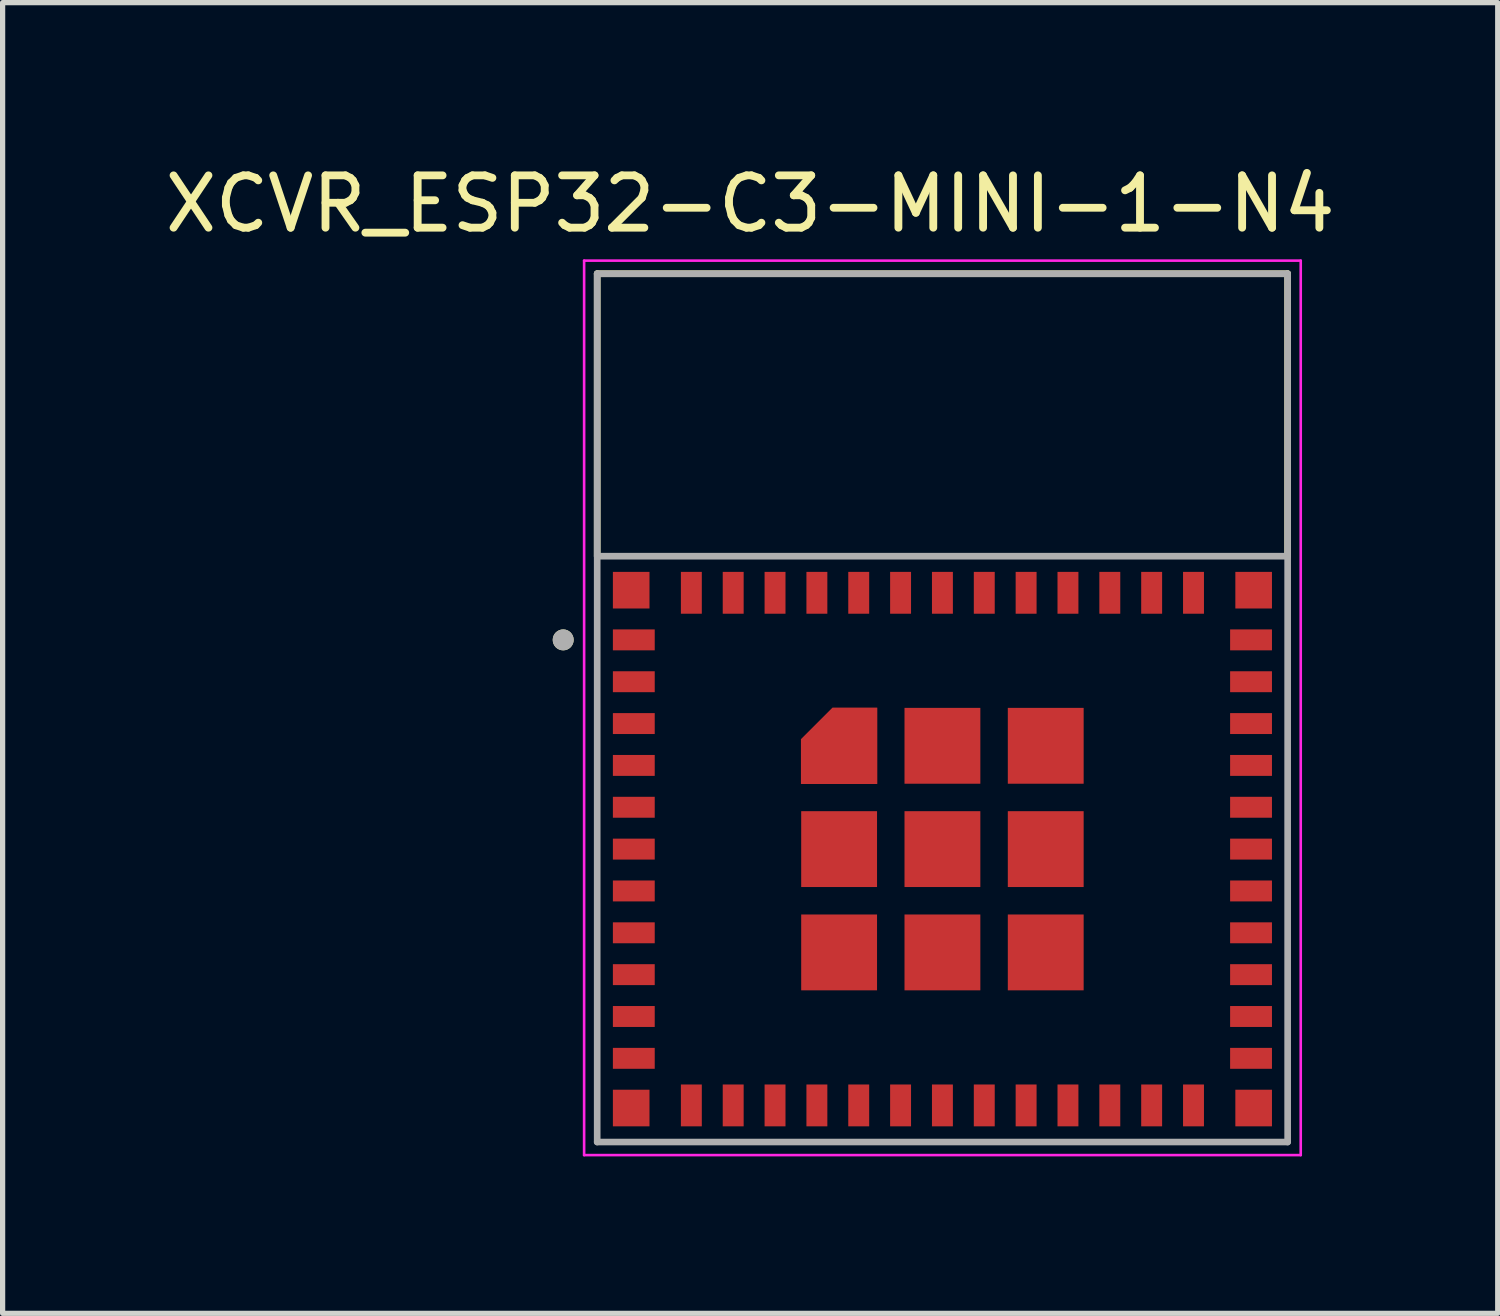
<source format=kicad_pcb>
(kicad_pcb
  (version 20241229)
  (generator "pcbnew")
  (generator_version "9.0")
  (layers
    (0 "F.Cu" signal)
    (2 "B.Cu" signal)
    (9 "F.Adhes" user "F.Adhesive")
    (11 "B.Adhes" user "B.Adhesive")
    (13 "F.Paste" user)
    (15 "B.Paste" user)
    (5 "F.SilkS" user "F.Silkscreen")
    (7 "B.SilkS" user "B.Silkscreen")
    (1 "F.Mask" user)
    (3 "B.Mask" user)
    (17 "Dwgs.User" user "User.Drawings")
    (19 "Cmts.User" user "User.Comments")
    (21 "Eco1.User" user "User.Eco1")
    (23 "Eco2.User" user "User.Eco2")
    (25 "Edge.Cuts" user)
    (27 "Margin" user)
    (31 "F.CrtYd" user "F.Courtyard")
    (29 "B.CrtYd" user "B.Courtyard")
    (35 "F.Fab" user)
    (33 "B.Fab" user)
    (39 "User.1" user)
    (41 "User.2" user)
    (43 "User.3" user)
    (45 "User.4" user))
  (footprint "XCVR_ESP32-C3-MINI-1-N4"
    (layer "F.Cu")
    (at 14.967 10.483)
    (property "Reference" "XCVR_ESP32-C3-MINI-1-N4" (at -3.675 -9.635 0) (layer "F.SilkS") (effects (font (size 1 1) (thickness 0.15))))
    (attr smd)
    (fp_poly (pts (xy -1.15 1.55) (xy -2.8 1.55) (xy -2.8 0.56) (xy -2.14 -0.1) (xy -1.15 -0.1)) (stroke (width 0.01) (type solid)) (fill yes) (layer "F.Mask"))
    (fp_line (start -6.6 -8.3) (end 6.6 -8.3) (stroke (width 0.127) (type solid)) (layer "F.SilkS"))
    (fp_line (start -6.6 -2.92) (end -6.6 -8.3) (stroke (width 0.127) (type solid)) (layer "F.SilkS"))
    (fp_line (start 6.6 -8.3) (end 6.6 -2.92) (stroke (width 0.127) (type solid)) (layer "F.SilkS"))
    (fp_circle (center -7.25 -1.3) (end -7.15 -1.3) (stroke (width 0.2) (type solid)) (fill no) (layer "F.SilkS"))
    (fp_poly (pts (xy -1.25 1.45) (xy -2.7 1.45) (xy -2.7 0.6) (xy -2.1 0) (xy -1.25 0)) (stroke (width 0.01) (type solid)) (fill yes) (layer "F.Paste"))
    (fp_line (start -6.85 -8.55) (end -6.85 8.55) (stroke (width 0.05) (type solid)) (layer "F.CrtYd"))
    (fp_line (start -6.85 8.55) (end 6.85 8.55) (stroke (width 0.05) (type solid)) (layer "F.CrtYd"))
    (fp_line (start 6.85 -8.55) (end -6.85 -8.55) (stroke (width 0.05) (type solid)) (layer "F.CrtYd"))
    (fp_line (start 6.85 8.55) (end 6.85 -8.55) (stroke (width 0.05) (type solid)) (layer "F.CrtYd"))
    (fp_line (start -6.6 -8.3) (end 6.6 -8.3) (stroke (width 0.127) (type solid)) (layer "F.Fab"))
    (fp_line (start -6.6 -2.9) (end -6.6 -8.3) (stroke (width 0.127) (type solid)) (layer "F.Fab"))
    (fp_line (start -6.6 -2.9) (end 6.6 -2.9) (stroke (width 0.127) (type solid)) (layer "F.Fab"))
    (fp_line (start -6.6 8.3) (end -6.6 -2.9) (stroke (width 0.127) (type solid)) (layer "F.Fab"))
    (fp_line (start 6.6 -8.3) (end 6.6 -2.9) (stroke (width 0.127) (type solid)) (layer "F.Fab"))
    (fp_line (start 6.6 -2.9) (end 6.6 8.3) (stroke (width 0.127) (type solid)) (layer "F.Fab"))
    (fp_line (start 6.6 8.3) (end -6.6 8.3) (stroke (width 0.127) (type solid)) (layer "F.Fab"))
    (fp_circle (center -7.25 -1.3) (end -7.15 -1.3) (stroke (width 0.2) (type solid)) (fill no) (layer "F.Fab"))
    (pad "1" smd rect (at -5.9 -1.3) (size 0.8 0.4) (layers "F.Cu" "F.Mask" "F.Paste"))
    (pad "2" smd rect (at -5.9 -0.5) (size 0.8 0.4) (layers "F.Cu" "F.Mask" "F.Paste"))
    (pad "3" smd rect (at -5.9 0.3) (size 0.8 0.4) (layers "F.Cu" "F.Mask" "F.Paste"))
    (pad "4" smd rect (at -5.9 1.1) (size 0.8 0.4) (layers "F.Cu" "F.Mask" "F.Paste"))
    (pad "5" smd rect (at -5.9 1.9) (size 0.8 0.4) (layers "F.Cu" "F.Mask" "F.Paste"))
    (pad "6" smd rect (at -5.9 2.7) (size 0.8 0.4) (layers "F.Cu" "F.Mask" "F.Paste"))
    (pad "7" smd rect (at -5.9 3.5) (size 0.8 0.4) (layers "F.Cu" "F.Mask" "F.Paste"))
    (pad "8" smd rect (at -5.9 4.3) (size 0.8 0.4) (layers "F.Cu" "F.Mask" "F.Paste"))
    (pad "9" smd rect (at -5.9 5.1) (size 0.8 0.4) (layers "F.Cu" "F.Mask" "F.Paste"))
    (pad "10" smd rect (at -5.9 5.9) (size 0.8 0.4) (layers "F.Cu" "F.Mask" "F.Paste"))
    (pad "11" smd rect (at -5.9 6.7) (size 0.8 0.4) (layers "F.Cu" "F.Mask" "F.Paste"))
    (pad "12" smd rect (at -4.8 7.6) (size 0.4 0.8) (layers "F.Cu" "F.Mask" "F.Paste"))
    (pad "13" smd rect (at -4 7.6) (size 0.4 0.8) (layers "F.Cu" "F.Mask" "F.Paste"))
    (pad "14" smd rect (at -3.2 7.6) (size 0.4 0.8) (layers "F.Cu" "F.Mask" "F.Paste"))
    (pad "15" smd rect (at -2.4 7.6) (size 0.4 0.8) (layers "F.Cu" "F.Mask" "F.Paste"))
    (pad "16" smd rect (at -1.6 7.6) (size 0.4 0.8) (layers "F.Cu" "F.Mask" "F.Paste"))
    (pad "17" smd rect (at -0.8 7.6) (size 0.4 0.8) (layers "F.Cu" "F.Mask" "F.Paste"))
    (pad "18" smd rect (at 0 7.6) (size 0.4 0.8) (layers "F.Cu" "F.Mask" "F.Paste"))
    (pad "19" smd rect (at 0.8 7.6) (size 0.4 0.8) (layers "F.Cu" "F.Mask" "F.Paste"))
    (pad "20" smd rect (at 1.6 7.6) (size 0.4 0.8) (layers "F.Cu" "F.Mask" "F.Paste"))
    (pad "21" smd rect (at 2.4 7.6) (size 0.4 0.8) (layers "F.Cu" "F.Mask" "F.Paste"))
    (pad "22" smd rect (at 3.2 7.6) (size 0.4 0.8) (layers "F.Cu" "F.Mask" "F.Paste"))
    (pad "23" smd rect (at 4 7.6) (size 0.4 0.8) (layers "F.Cu" "F.Mask" "F.Paste"))
    (pad "24" smd rect (at 4.8 7.6) (size 0.4 0.8) (layers "F.Cu" "F.Mask" "F.Paste"))
    (pad "25" smd rect (at 5.9 6.7) (size 0.8 0.4) (layers "F.Cu" "F.Mask" "F.Paste"))
    (pad "26" smd rect (at 5.9 5.9) (size 0.8 0.4) (layers "F.Cu" "F.Mask" "F.Paste"))
    (pad "27" smd rect (at 5.9 5.1) (size 0.8 0.4) (layers "F.Cu" "F.Mask" "F.Paste"))
    (pad "28" smd rect (at 5.9 4.3) (size 0.8 0.4) (layers "F.Cu" "F.Mask" "F.Paste"))
    (pad "29" smd rect (at 5.9 3.5) (size 0.8 0.4) (layers "F.Cu" "F.Mask" "F.Paste"))
    (pad "30" smd rect (at 5.9 2.7) (size 0.8 0.4) (layers "F.Cu" "F.Mask" "F.Paste"))
    (pad "31" smd rect (at 5.9 1.9) (size 0.8 0.4) (layers "F.Cu" "F.Mask" "F.Paste"))
    (pad "32" smd rect (at 5.9 1.1) (size 0.8 0.4) (layers "F.Cu" "F.Mask" "F.Paste"))
    (pad "33" smd rect (at 5.9 0.3) (size 0.8 0.4) (layers "F.Cu" "F.Mask" "F.Paste"))
    (pad "34" smd rect (at 5.9 -0.5) (size 0.8 0.4) (layers "F.Cu" "F.Mask" "F.Paste"))
    (pad "35" smd rect (at 5.9 -1.3) (size 0.8 0.4) (layers "F.Cu" "F.Mask" "F.Paste"))
    (pad "36" smd rect (at 4.8 -2.2) (size 0.4 0.8) (layers "F.Cu" "F.Mask" "F.Paste"))
    (pad "37" smd rect (at 4 -2.2) (size 0.4 0.8) (layers "F.Cu" "F.Mask" "F.Paste"))
    (pad "38" smd rect (at 3.2 -2.2) (size 0.4 0.8) (layers "F.Cu" "F.Mask" "F.Paste"))
    (pad "39" smd rect (at 2.4 -2.2) (size 0.4 0.8) (layers "F.Cu" "F.Mask" "F.Paste"))
    (pad "40" smd rect (at 1.6 -2.2) (size 0.4 0.8) (layers "F.Cu" "F.Mask" "F.Paste"))
    (pad "41" smd rect (at 0.8 -2.2) (size 0.4 0.8) (layers "F.Cu" "F.Mask" "F.Paste"))
    (pad "42" smd rect (at 0 -2.2) (size 0.4 0.8) (layers "F.Cu" "F.Mask" "F.Paste"))
    (pad "43" smd rect (at -0.8 -2.2) (size 0.4 0.8) (layers "F.Cu" "F.Mask" "F.Paste"))
    (pad "44" smd rect (at -1.6 -2.2) (size 0.4 0.8) (layers "F.Cu" "F.Mask" "F.Paste"))
    (pad "45" smd rect (at -2.4 -2.2) (size 0.4 0.8) (layers "F.Cu" "F.Mask" "F.Paste"))
    (pad "46" smd rect (at -3.2 -2.2) (size 0.4 0.8) (layers "F.Cu" "F.Mask" "F.Paste"))
    (pad "47" smd rect (at -4 -2.2) (size 0.4 0.8) (layers "F.Cu" "F.Mask" "F.Paste"))
    (pad "48" smd rect (at -4.8 -2.2) (size 0.4 0.8) (layers "F.Cu" "F.Mask" "F.Paste"))
    (pad "49_1" smd custom (at -1.975 0.725) (size 0.6 0.6) (layers "F.Cu") (options (anchor rect)) (primitives (gr_poly (pts (xy 0.725 0.725) (xy -0.725 0.725) (xy -0.725 -0.125) (xy -0.125 -0.725) (xy 0.725 -0.725)) (width 0.01) (fill yes))))
    (pad "49_2" smd rect (at 0 0.725) (size 1.45 1.45) (layers "F.Cu" "F.Mask" "F.Paste"))
    (pad "49_3" smd rect (at 1.975 0.725) (size 1.45 1.45) (layers "F.Cu" "F.Mask" "F.Paste"))
    (pad "49_4" smd rect (at 1.975 2.7) (size 1.45 1.45) (layers "F.Cu" "F.Mask" "F.Paste"))
    (pad "49_5" smd rect (at 1.975 4.675) (size 1.45 1.45) (layers "F.Cu" "F.Mask" "F.Paste"))
    (pad "49_6" smd rect (at 0 4.675) (size 1.45 1.45) (layers "F.Cu" "F.Mask" "F.Paste"))
    (pad "49_7" smd rect (at -1.975 4.675) (size 1.45 1.45) (layers "F.Cu" "F.Mask" "F.Paste"))
    (pad "49_8" smd rect (at -1.975 2.7) (size 1.45 1.45) (layers "F.Cu" "F.Mask" "F.Paste"))
    (pad "49_9" smd rect (at 0 2.7) (size 1.45 1.45) (layers "F.Cu" "F.Mask" "F.Paste"))
    (pad "50" smd rect (at 5.95 -2.25) (size 0.7 0.7) (layers "F.Cu" "F.Mask" "F.Paste"))
    (pad "51" smd rect (at 5.95 7.65) (size 0.7 0.7) (layers "F.Cu" "F.Mask" "F.Paste"))
    (pad "52" smd rect (at -5.95 7.65) (size 0.7 0.7) (layers "F.Cu" "F.Mask" "F.Paste"))
    (pad "53" smd rect (at -5.95 -2.25) (size 0.7 0.7) (layers "F.Cu" "F.Mask" "F.Paste"))
    (zone (net_name "") (layer "F.Cu") (hatch full 0.508) (connect_pads) (min_thickness 0.01) (filled_areas_thickness no) (keepout (tracks not_allowed) (vias not_allowed) (pads not_allowed) (copperpour not_allowed) (footprints allowed)) (placement (enabled no)) (fill) (polygon (pts (xy 8.367 2.183) (xy 21.567 2.183) (xy 21.567 7.583) (xy 8.367 7.583))))
    (zone (net_name "") (layers "F.Cu" "B.Cu") (hatch full 0.508) (connect_pads) (min_thickness 0.01) (filled_areas_thickness no) (keepout (tracks allowed) (vias not_allowed) (pads allowed) (copperpour allowed) (footprints allowed)) (placement (enabled no)) (fill) (polygon (pts (xy 8.367 2.183) (xy 21.567 2.183) (xy 21.567 7.583) (xy 8.367 7.583))))
    (zone (net_name "") (layer "B.Cu") (hatch full 0.508) (connect_pads) (min_thickness 0.01) (filled_areas_thickness no) (keepout (tracks not_allowed) (vias not_allowed) (pads not_allowed) (copperpour not_allowed) (footprints allowed)) (placement (enabled no)) (fill) (polygon (pts (xy 8.367 2.183) (xy 21.567 2.183) (xy 21.567 7.583) (xy 8.367 7.583)))))
  (gr_rect
    (start -3 -3)
    (end 25.583 22.058)
    (stroke (width 0.1) (type default))
    (fill no)
    (layer "Edge.Cuts")))
</source>
